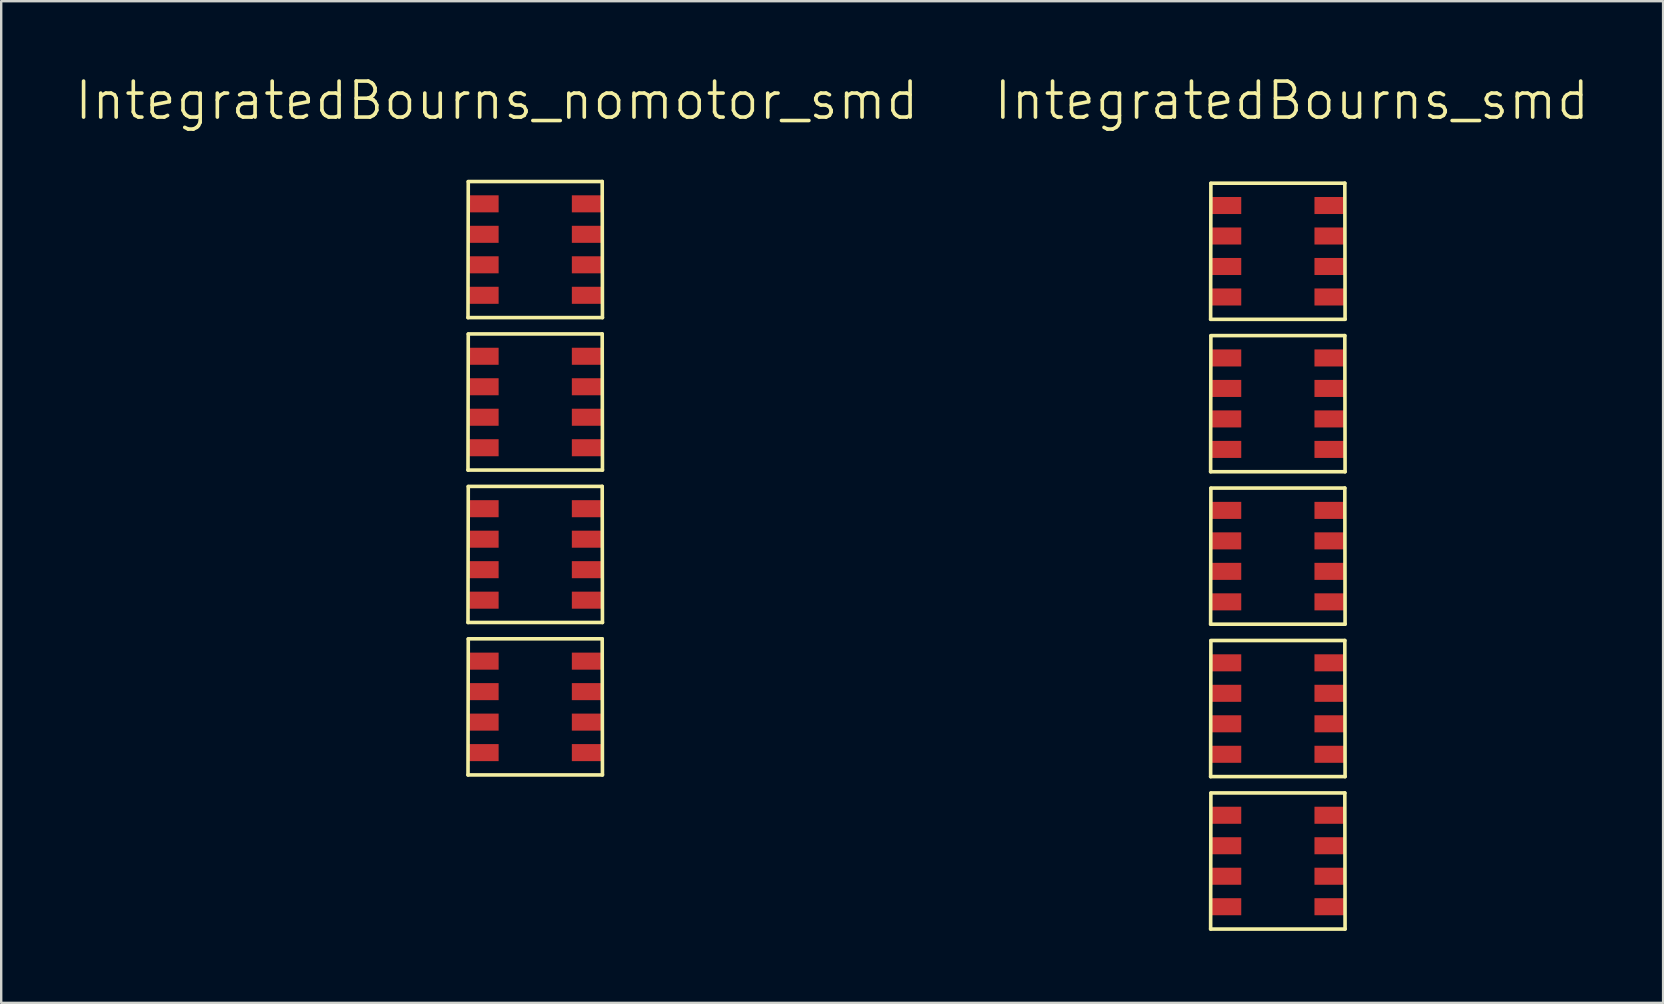
<source format=kicad_pcb>
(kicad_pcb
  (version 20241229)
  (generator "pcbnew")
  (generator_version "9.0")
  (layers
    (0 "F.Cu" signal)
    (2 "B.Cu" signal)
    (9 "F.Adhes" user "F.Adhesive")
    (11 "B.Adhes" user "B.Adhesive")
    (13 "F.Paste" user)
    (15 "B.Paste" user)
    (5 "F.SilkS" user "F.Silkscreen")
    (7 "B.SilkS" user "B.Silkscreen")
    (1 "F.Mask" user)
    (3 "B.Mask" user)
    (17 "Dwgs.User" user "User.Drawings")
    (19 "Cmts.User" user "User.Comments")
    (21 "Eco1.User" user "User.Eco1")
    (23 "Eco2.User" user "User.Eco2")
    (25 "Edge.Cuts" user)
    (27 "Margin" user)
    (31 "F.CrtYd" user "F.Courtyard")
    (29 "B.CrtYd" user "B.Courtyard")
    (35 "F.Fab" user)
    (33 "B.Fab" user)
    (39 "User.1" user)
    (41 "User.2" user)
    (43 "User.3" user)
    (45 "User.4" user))
  (footprint "IntegratedBourns_nomotor_smd"
    (layer "F.Cu")
    (at 17.066 5.511)
    (property "Reference" "IntegratedBourns_nomotor_smd" (at 0.58 -4.37 180) (layer "F.SilkS") (effects (font (size 1.5 1.5) (thickness 0.15))))
    (attr through_hole)
    (fp_line (start -0.62 4.67) (end 4.98 4.67) (stroke (width 0.15) (type solid)) (layer "F.SilkS"))
    (fp_line (start -0.62 11.02) (end 4.98 11.02) (stroke (width 0.15) (type solid)) (layer "F.SilkS"))
    (fp_line (start -0.62 17.37) (end 4.98 17.37) (stroke (width 0.15) (type solid)) (layer "F.SilkS"))
    (fp_line (start -0.62 23.72) (end 4.98 23.72) (stroke (width 0.15) (type solid)) (layer "F.SilkS"))
    (fp_line (start -0.61 -0.99) (end -0.62 4.67) (stroke (width 0.15) (type solid)) (layer "F.SilkS"))
    (fp_line (start -0.61 5.36) (end -0.62 11.02) (stroke (width 0.15) (type solid)) (layer "F.SilkS"))
    (fp_line (start -0.61 11.71) (end -0.62 17.37) (stroke (width 0.15) (type solid)) (layer "F.SilkS"))
    (fp_line (start -0.61 18.06) (end -0.62 23.72) (stroke (width 0.15) (type solid)) (layer "F.SilkS"))
    (fp_line (start 4.97 -1) (end -0.61 -1) (stroke (width 0.15) (type solid)) (layer "F.SilkS"))
    (fp_line (start 4.97 5.35) (end -0.61 5.35) (stroke (width 0.15) (type solid)) (layer "F.SilkS"))
    (fp_line (start 4.97 11.7) (end -0.61 11.7) (stroke (width 0.15) (type solid)) (layer "F.SilkS"))
    (fp_line (start 4.97 18.05) (end -0.61 18.05) (stroke (width 0.15) (type solid)) (layer "F.SilkS"))
    (fp_line (start 4.98 4.67) (end 4.97 -1) (stroke (width 0.15) (type solid)) (layer "F.SilkS"))
    (fp_line (start 4.98 11.02) (end 4.97 5.35) (stroke (width 0.15) (type solid)) (layer "F.SilkS"))
    (fp_line (start 4.98 17.37) (end 4.97 11.7) (stroke (width 0.15) (type solid)) (layer "F.SilkS"))
    (fp_line (start 4.98 23.72) (end 4.97 18.05) (stroke (width 0.15) (type solid)) (layer "F.SilkS"))
    (pad "1" smd rect (at 0.02 -0.07) (size 1.27 0.71) (layers "F.Cu" "F.Mask" "F.Paste"))
    (pad "1" smd rect (at 4.34 -0.07) (size 1.27 0.71) (layers "F.Cu" "F.Mask" "F.Paste"))
    (pad "2" smd rect (at 0.02 1.2) (size 1.27 0.71) (layers "F.Cu" "F.Mask" "F.Paste"))
    (pad "2" smd rect (at 4.34 1.2) (size 1.27 0.71) (layers "F.Cu" "F.Mask" "F.Paste"))
    (pad "3" smd rect (at 0.02 2.47) (size 1.27 0.71) (layers "F.Cu" "F.Mask" "F.Paste"))
    (pad "3" smd rect (at 4.34 2.47) (size 1.27 0.71) (layers "F.Cu" "F.Mask" "F.Paste"))
    (pad "4" smd rect (at 0.02 3.74) (size 1.27 0.71) (layers "F.Cu" "F.Mask" "F.Paste"))
    (pad "4" smd rect (at 4.34 3.74) (size 1.27 0.71) (layers "F.Cu" "F.Mask" "F.Paste"))
    (pad "5" smd rect (at 0.02 6.28) (size 1.27 0.71) (layers "F.Cu" "F.Mask" "F.Paste"))
    (pad "5" smd rect (at 4.34 6.28) (size 1.27 0.71) (layers "F.Cu" "F.Mask" "F.Paste"))
    (pad "6" smd rect (at 0.02 7.55) (size 1.27 0.71) (layers "F.Cu" "F.Mask" "F.Paste"))
    (pad "6" smd rect (at 4.34 7.55) (size 1.27 0.71) (layers "F.Cu" "F.Mask" "F.Paste"))
    (pad "7" smd rect (at 0.02 8.82) (size 1.27 0.71) (layers "F.Cu" "F.Mask" "F.Paste"))
    (pad "7" smd rect (at 4.34 8.82) (size 1.27 0.71) (layers "F.Cu" "F.Mask" "F.Paste"))
    (pad "8" smd rect (at 0.02 10.09) (size 1.27 0.71) (layers "F.Cu" "F.Mask" "F.Paste"))
    (pad "8" smd rect (at 4.34 10.09) (size 1.27 0.71) (layers "F.Cu" "F.Mask" "F.Paste"))
    (pad "9" smd rect (at 0.02 12.63) (size 1.27 0.71) (layers "F.Cu" "F.Mask" "F.Paste"))
    (pad "9" smd rect (at 4.34 12.63) (size 1.27 0.71) (layers "F.Cu" "F.Mask" "F.Paste"))
    (pad "10" smd rect (at 0.02 13.9) (size 1.27 0.71) (layers "F.Cu" "F.Mask" "F.Paste"))
    (pad "10" smd rect (at 4.34 13.9) (size 1.27 0.71) (layers "F.Cu" "F.Mask" "F.Paste"))
    (pad "11" smd rect (at 0.02 15.17) (size 1.27 0.71) (layers "F.Cu" "F.Mask" "F.Paste"))
    (pad "11" smd rect (at 4.34 15.17) (size 1.27 0.71) (layers "F.Cu" "F.Mask" "F.Paste"))
    (pad "12" smd rect (at 0.02 16.44) (size 1.27 0.71) (layers "F.Cu" "F.Mask" "F.Paste"))
    (pad "12" smd rect (at 4.34 16.44) (size 1.27 0.71) (layers "F.Cu" "F.Mask" "F.Paste"))
    (pad "13" smd rect (at 0.02 18.98) (size 1.27 0.71) (layers "F.Cu" "F.Mask" "F.Paste"))
    (pad "13" smd rect (at 4.34 18.98) (size 1.27 0.71) (layers "F.Cu" "F.Mask" "F.Paste"))
    (pad "14" smd rect (at 0.02 20.25) (size 1.27 0.71) (layers "F.Cu" "F.Mask" "F.Paste"))
    (pad "14" smd rect (at 4.34 20.25) (size 1.27 0.71) (layers "F.Cu" "F.Mask" "F.Paste"))
    (pad "15" smd rect (at 0.02 21.52) (size 1.27 0.71) (layers "F.Cu" "F.Mask" "F.Paste"))
    (pad "15" smd rect (at 4.34 21.52) (size 1.27 0.71) (layers "F.Cu" "F.Mask" "F.Paste"))
    (pad "16" smd rect (at 0.02 22.79) (size 1.27 0.71) (layers "F.Cu" "F.Mask" "F.Paste"))
    (pad "16" smd rect (at 4.34 22.79) (size 1.27 0.71) (layers "F.Cu" "F.Mask" "F.Paste")))
  (footprint "IntegratedBourns_smd"
    (layer "F.Cu")
    (at 50.181 5.511)
    (property "Reference" "IntegratedBourns_smd" (at 0.58 -4.37 180) (layer "F.SilkS") (effects (font (size 1.5 1.5) (thickness 0.15))))
    (attr through_hole)
    (fp_line (start -2.8 4.74) (end 2.8 4.74) (stroke (width 0.15) (type solid)) (layer "F.SilkS"))
    (fp_line (start -2.8 11.09) (end 2.8 11.09) (stroke (width 0.15) (type solid)) (layer "F.SilkS"))
    (fp_line (start -2.8 17.44) (end 2.8 17.44) (stroke (width 0.15) (type solid)) (layer "F.SilkS"))
    (fp_line (start -2.8 23.79) (end 2.8 23.79) (stroke (width 0.15) (type solid)) (layer "F.SilkS"))
    (fp_line (start -2.8 30.14) (end 2.8 30.14) (stroke (width 0.15) (type solid)) (layer "F.SilkS"))
    (fp_line (start -2.79 -0.92) (end -2.8 4.74) (stroke (width 0.15) (type solid)) (layer "F.SilkS"))
    (fp_line (start -2.79 5.43) (end -2.8 11.09) (stroke (width 0.15) (type solid)) (layer "F.SilkS"))
    (fp_line (start -2.79 11.78) (end -2.8 17.44) (stroke (width 0.15) (type solid)) (layer "F.SilkS"))
    (fp_line (start -2.79 18.13) (end -2.8 23.79) (stroke (width 0.15) (type solid)) (layer "F.SilkS"))
    (fp_line (start -2.79 24.48) (end -2.8 30.14) (stroke (width 0.15) (type solid)) (layer "F.SilkS"))
    (fp_line (start 2.79 -0.93) (end -2.79 -0.93) (stroke (width 0.15) (type solid)) (layer "F.SilkS"))
    (fp_line (start 2.79 5.42) (end -2.79 5.42) (stroke (width 0.15) (type solid)) (layer "F.SilkS"))
    (fp_line (start 2.79 11.77) (end -2.79 11.77) (stroke (width 0.15) (type solid)) (layer "F.SilkS"))
    (fp_line (start 2.79 18.12) (end -2.79 18.12) (stroke (width 0.15) (type solid)) (layer "F.SilkS"))
    (fp_line (start 2.79 24.47) (end -2.79 24.47) (stroke (width 0.15) (type solid)) (layer "F.SilkS"))
    (fp_line (start 2.8 4.74) (end 2.79 -0.93) (stroke (width 0.15) (type solid)) (layer "F.SilkS"))
    (fp_line (start 2.8 11.09) (end 2.79 5.42) (stroke (width 0.15) (type solid)) (layer "F.SilkS"))
    (fp_line (start 2.8 17.44) (end 2.79 11.77) (stroke (width 0.15) (type solid)) (layer "F.SilkS"))
    (fp_line (start 2.8 23.79) (end 2.79 18.12) (stroke (width 0.15) (type solid)) (layer "F.SilkS"))
    (fp_line (start 2.8 30.14) (end 2.79 24.47) (stroke (width 0.15) (type solid)) (layer "F.SilkS"))
    (pad "1" smd rect (at -2.16 0) (size 1.27 0.71) (layers "F.Cu" "F.Mask" "F.Paste"))
    (pad "1" smd rect (at 2.16 0) (size 1.27 0.71) (layers "F.Cu" "F.Mask" "F.Paste"))
    (pad "2" smd rect (at -2.16 1.27) (size 1.27 0.71) (layers "F.Cu" "F.Mask" "F.Paste"))
    (pad "2" smd rect (at 2.16 1.27) (size 1.27 0.71) (layers "F.Cu" "F.Mask" "F.Paste"))
    (pad "3" smd rect (at -2.16 2.54) (size 1.27 0.71) (layers "F.Cu" "F.Mask" "F.Paste"))
    (pad "3" smd rect (at 2.16 2.54) (size 1.27 0.71) (layers "F.Cu" "F.Mask" "F.Paste"))
    (pad "4" smd rect (at -2.16 3.81) (size 1.27 0.71) (layers "F.Cu" "F.Mask" "F.Paste"))
    (pad "4" smd rect (at 2.16 3.81) (size 1.27 0.71) (layers "F.Cu" "F.Mask" "F.Paste"))
    (pad "5" smd rect (at -2.16 6.35) (size 1.27 0.71) (layers "F.Cu" "F.Mask" "F.Paste"))
    (pad "5" smd rect (at 2.16 6.35) (size 1.27 0.71) (layers "F.Cu" "F.Mask" "F.Paste"))
    (pad "6" smd rect (at -2.16 7.62) (size 1.27 0.71) (layers "F.Cu" "F.Mask" "F.Paste"))
    (pad "6" smd rect (at 2.16 7.62) (size 1.27 0.71) (layers "F.Cu" "F.Mask" "F.Paste"))
    (pad "7" smd rect (at -2.16 8.89) (size 1.27 0.71) (layers "F.Cu" "F.Mask" "F.Paste"))
    (pad "7" smd rect (at 2.16 8.89) (size 1.27 0.71) (layers "F.Cu" "F.Mask" "F.Paste"))
    (pad "8" smd rect (at -2.16 10.16) (size 1.27 0.71) (layers "F.Cu" "F.Mask" "F.Paste"))
    (pad "8" smd rect (at 2.16 10.16) (size 1.27 0.71) (layers "F.Cu" "F.Mask" "F.Paste"))
    (pad "9" smd rect (at -2.16 12.7) (size 1.27 0.71) (layers "F.Cu" "F.Mask" "F.Paste"))
    (pad "9" smd rect (at 2.16 12.7) (size 1.27 0.71) (layers "F.Cu" "F.Mask" "F.Paste"))
    (pad "10" smd rect (at -2.16 13.97) (size 1.27 0.71) (layers "F.Cu" "F.Mask" "F.Paste"))
    (pad "10" smd rect (at 2.16 13.97) (size 1.27 0.71) (layers "F.Cu" "F.Mask" "F.Paste"))
    (pad "11" smd rect (at -2.16 15.24) (size 1.27 0.71) (layers "F.Cu" "F.Mask" "F.Paste"))
    (pad "11" smd rect (at 2.16 15.24) (size 1.27 0.71) (layers "F.Cu" "F.Mask" "F.Paste"))
    (pad "12" smd rect (at -2.16 16.51) (size 1.27 0.71) (layers "F.Cu" "F.Mask" "F.Paste"))
    (pad "12" smd rect (at 2.16 16.51) (size 1.27 0.71) (layers "F.Cu" "F.Mask" "F.Paste"))
    (pad "13" smd rect (at -2.16 19.05) (size 1.27 0.71) (layers "F.Cu" "F.Mask" "F.Paste"))
    (pad "13" smd rect (at 2.16 19.05) (size 1.27 0.71) (layers "F.Cu" "F.Mask" "F.Paste"))
    (pad "14" smd rect (at -2.16 20.32) (size 1.27 0.71) (layers "F.Cu" "F.Mask" "F.Paste"))
    (pad "14" smd rect (at 2.16 20.32) (size 1.27 0.71) (layers "F.Cu" "F.Mask" "F.Paste"))
    (pad "15" smd rect (at -2.16 21.59) (size 1.27 0.71) (layers "F.Cu" "F.Mask" "F.Paste"))
    (pad "15" smd rect (at 2.16 21.59) (size 1.27 0.71) (layers "F.Cu" "F.Mask" "F.Paste"))
    (pad "16" smd rect (at -2.16 22.86) (size 1.27 0.71) (layers "F.Cu" "F.Mask" "F.Paste"))
    (pad "16" smd rect (at 2.16 22.86) (size 1.27 0.71) (layers "F.Cu" "F.Mask" "F.Paste"))
    (pad "17" smd rect (at -2.16 25.4) (size 1.27 0.71) (layers "F.Cu" "F.Mask" "F.Paste"))
    (pad "17" smd rect (at 2.16 25.4) (size 1.27 0.71) (layers "F.Cu" "F.Mask" "F.Paste"))
    (pad "18" smd rect (at -2.16 26.67) (size 1.27 0.71) (layers "F.Cu" "F.Mask" "F.Paste"))
    (pad "18" smd rect (at 2.16 26.67) (size 1.27 0.71) (layers "F.Cu" "F.Mask" "F.Paste"))
    (pad "19" smd rect (at -2.16 27.94) (size 1.27 0.71) (layers "F.Cu" "F.Mask" "F.Paste"))
    (pad "19" smd rect (at 2.16 27.94) (size 1.27 0.71) (layers "F.Cu" "F.Mask" "F.Paste"))
    (pad "20" smd rect (at -2.16 29.21) (size 1.27 0.71) (layers "F.Cu" "F.Mask" "F.Paste"))
    (pad "20" smd rect (at 2.16 29.21) (size 1.27 0.71) (layers "F.Cu" "F.Mask" "F.Paste")))
  (gr_rect
    (start -3 -3)
    (end 66.229 38.726)
    (stroke (width 0.1) (type default))
    (fill no)
    (layer "Edge.Cuts")))
</source>
